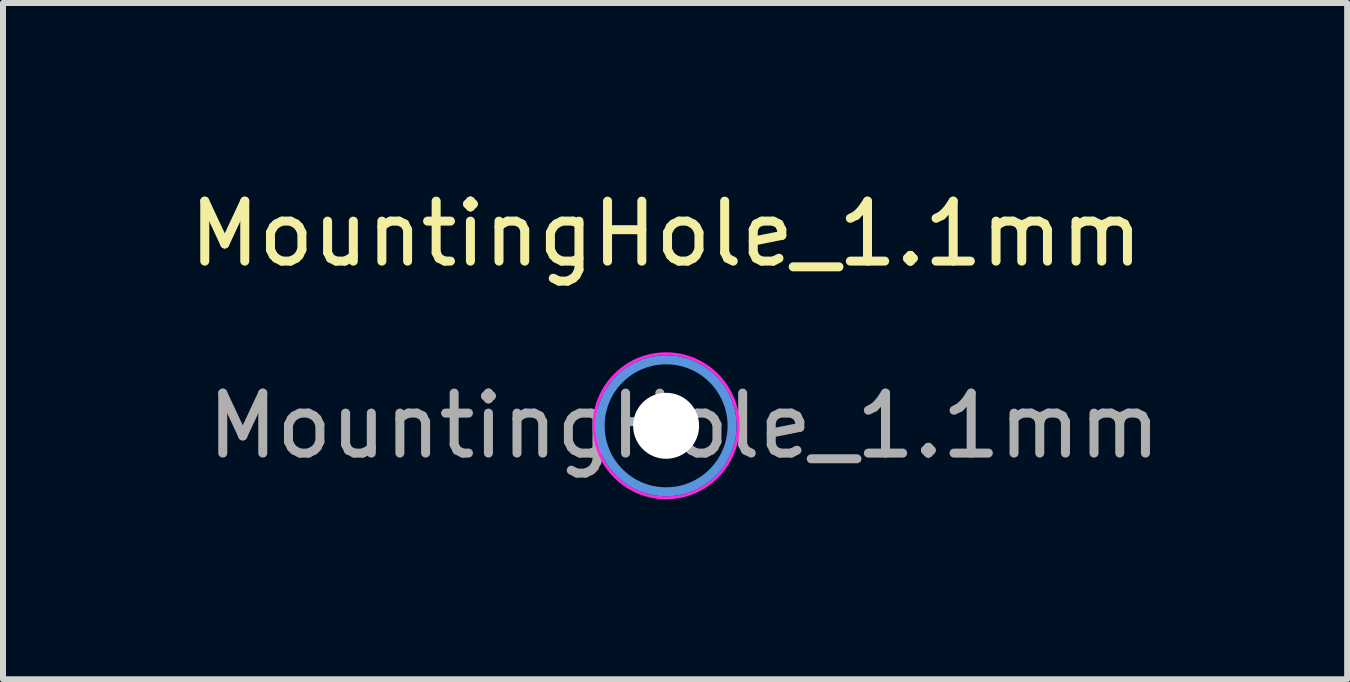
<source format=kicad_pcb>
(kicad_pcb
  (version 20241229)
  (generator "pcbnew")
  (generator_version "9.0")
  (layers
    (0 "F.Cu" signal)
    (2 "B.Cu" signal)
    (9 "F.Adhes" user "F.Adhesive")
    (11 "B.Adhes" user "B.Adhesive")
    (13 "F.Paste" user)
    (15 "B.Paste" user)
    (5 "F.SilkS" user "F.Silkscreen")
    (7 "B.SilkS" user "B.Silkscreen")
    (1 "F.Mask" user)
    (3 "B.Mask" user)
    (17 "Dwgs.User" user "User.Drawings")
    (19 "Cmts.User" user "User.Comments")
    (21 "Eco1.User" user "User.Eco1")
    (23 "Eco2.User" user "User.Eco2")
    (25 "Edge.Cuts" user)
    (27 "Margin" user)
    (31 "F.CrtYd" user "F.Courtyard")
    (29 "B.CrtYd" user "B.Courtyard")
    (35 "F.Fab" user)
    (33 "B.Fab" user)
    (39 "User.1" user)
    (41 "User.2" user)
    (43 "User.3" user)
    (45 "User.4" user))
  (footprint "MountingHole_1.1mm"
    (layer "F.Cu")
    (at 8.054 4.048)
    (property "Reference" "MountingHole_1.1mm" (at 0 -3.2 0) (layer "F.SilkS") (effects (font (size 1 1) (thickness 0.15))))
    (attr exclude_from_pos_files exclude_from_bom)
    (fp_circle (center 0 0) (end 1.1 0) (stroke (width 0.15) (type solid)) (fill no) (layer "Cmts.User"))
    (fp_circle (center 0 0) (end 1.2 0) (stroke (width 0.05) (type solid)) (fill no) (layer "F.CrtYd"))
    (fp_text user "${REFERENCE}" (at 0.3 0 0) (layer "F.Fab") (effects (font (size 1 1) (thickness 0.15))))
    (pad "" np_thru_hole circle (at 0 0) (size 1.1 1.1) (drill 1.1) (layers "*.Cu" "*.Mask")))
  (gr_rect
    (start -3 -3)
    (end 19.407 8.273)
    (stroke (width 0.1) (type default))
    (fill no)
    (layer "Edge.Cuts")))
</source>
